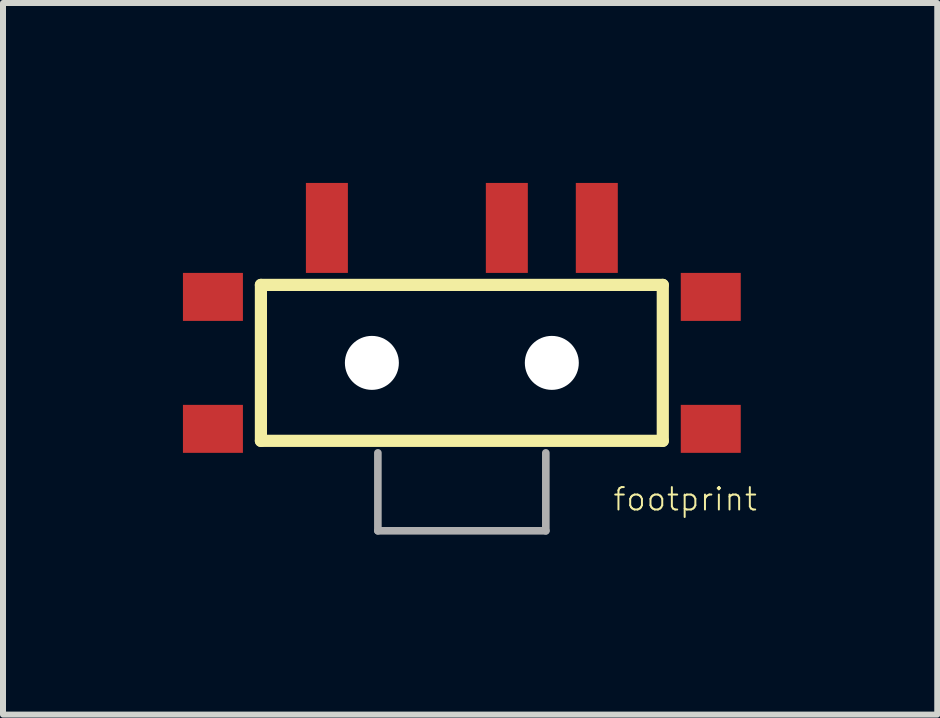
<source format=kicad_pcb>
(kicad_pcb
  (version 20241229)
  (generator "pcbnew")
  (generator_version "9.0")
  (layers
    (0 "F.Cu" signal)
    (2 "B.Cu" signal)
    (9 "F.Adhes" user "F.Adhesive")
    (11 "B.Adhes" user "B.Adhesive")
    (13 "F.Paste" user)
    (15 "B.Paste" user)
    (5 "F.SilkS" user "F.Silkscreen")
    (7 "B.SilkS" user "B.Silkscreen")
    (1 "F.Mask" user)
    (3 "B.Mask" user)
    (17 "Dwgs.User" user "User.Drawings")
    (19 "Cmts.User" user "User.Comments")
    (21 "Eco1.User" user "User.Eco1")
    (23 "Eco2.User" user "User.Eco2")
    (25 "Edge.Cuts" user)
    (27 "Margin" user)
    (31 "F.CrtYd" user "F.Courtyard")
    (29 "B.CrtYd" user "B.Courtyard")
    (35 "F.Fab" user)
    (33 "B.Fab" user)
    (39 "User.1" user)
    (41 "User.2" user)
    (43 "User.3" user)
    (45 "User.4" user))
  (footprint "footprint"
    (layer "F.Cu")
    (at 4.65 3)
    (property "Reference" "footprint" (at 2.5 2.492 0) (layer "F.SilkS") (effects (font (size 0.374 0.374) (thickness 0.033)) (justify left bottom)))
    (fp_line (start -3.35 -1.3) (end -3.35 1.3) (stroke (width 0.203) (type solid)) (layer "F.SilkS"))
    (fp_line (start -3.35 1.3) (end 3.35 1.3) (stroke (width 0.203) (type solid)) (layer "F.SilkS"))
    (fp_line (start 3.35 -1.3) (end -3.35 -1.3) (stroke (width 0.203) (type solid)) (layer "F.SilkS"))
    (fp_line (start 3.35 1.3) (end 3.35 -1.3) (stroke (width 0.203) (type solid)) (layer "F.SilkS"))
    (fp_line (start -1.4 2.8) (end -1.4 1.5) (stroke (width 0.127) (type solid)) (layer "F.Fab"))
    (fp_line (start 1.4 1.5) (end 1.4 2.8) (stroke (width 0.127) (type solid)) (layer "F.Fab"))
    (fp_line (start 1.4 2.8) (end -1.4 2.8) (stroke (width 0.127) (type solid)) (layer "F.Fab"))
    (pad "" np_thru_hole circle (at -1.5 0) (size 0.9 0.9) (drill 0.9) (layers "*.Cu" "*.Mask"))
    (pad "" np_thru_hole circle (at 1.5 0) (size 0.9 0.9) (drill 0.9) (layers "*.Cu" "*.Mask"))
    (pad "O" smd rect (at -2.25 -2.25) (size 0.7 1.5) (layers "F.Cu" "F.Mask" "F.Paste"))
    (pad "P" smd rect (at 0.75 -2.25) (size 0.7 1.5) (layers "F.Cu" "F.Mask" "F.Paste"))
    (pad "P$1" smd rect (at -4.15 -1.1) (size 1 0.8) (layers "F.Cu" "F.Mask" "F.Paste"))
    (pad "P$2" smd rect (at -4.15 1.1) (size 1 0.8) (layers "F.Cu" "F.Mask" "F.Paste"))
    (pad "P$3" smd rect (at 4.15 1.1) (size 1 0.8) (layers "F.Cu" "F.Mask" "F.Paste"))
    (pad "P$4" smd rect (at 4.15 -1.1) (size 1 0.8) (layers "F.Cu" "F.Mask" "F.Paste"))
    (pad "S" smd rect (at 2.25 -2.25) (size 0.7 1.5) (layers "F.Cu" "F.Mask" "F.Paste")))
  (gr_rect
    (start -3 -3)
    (end 12.576 8.864)
    (stroke (width 0.1) (type default))
    (fill no)
    (layer "Edge.Cuts")))
</source>
